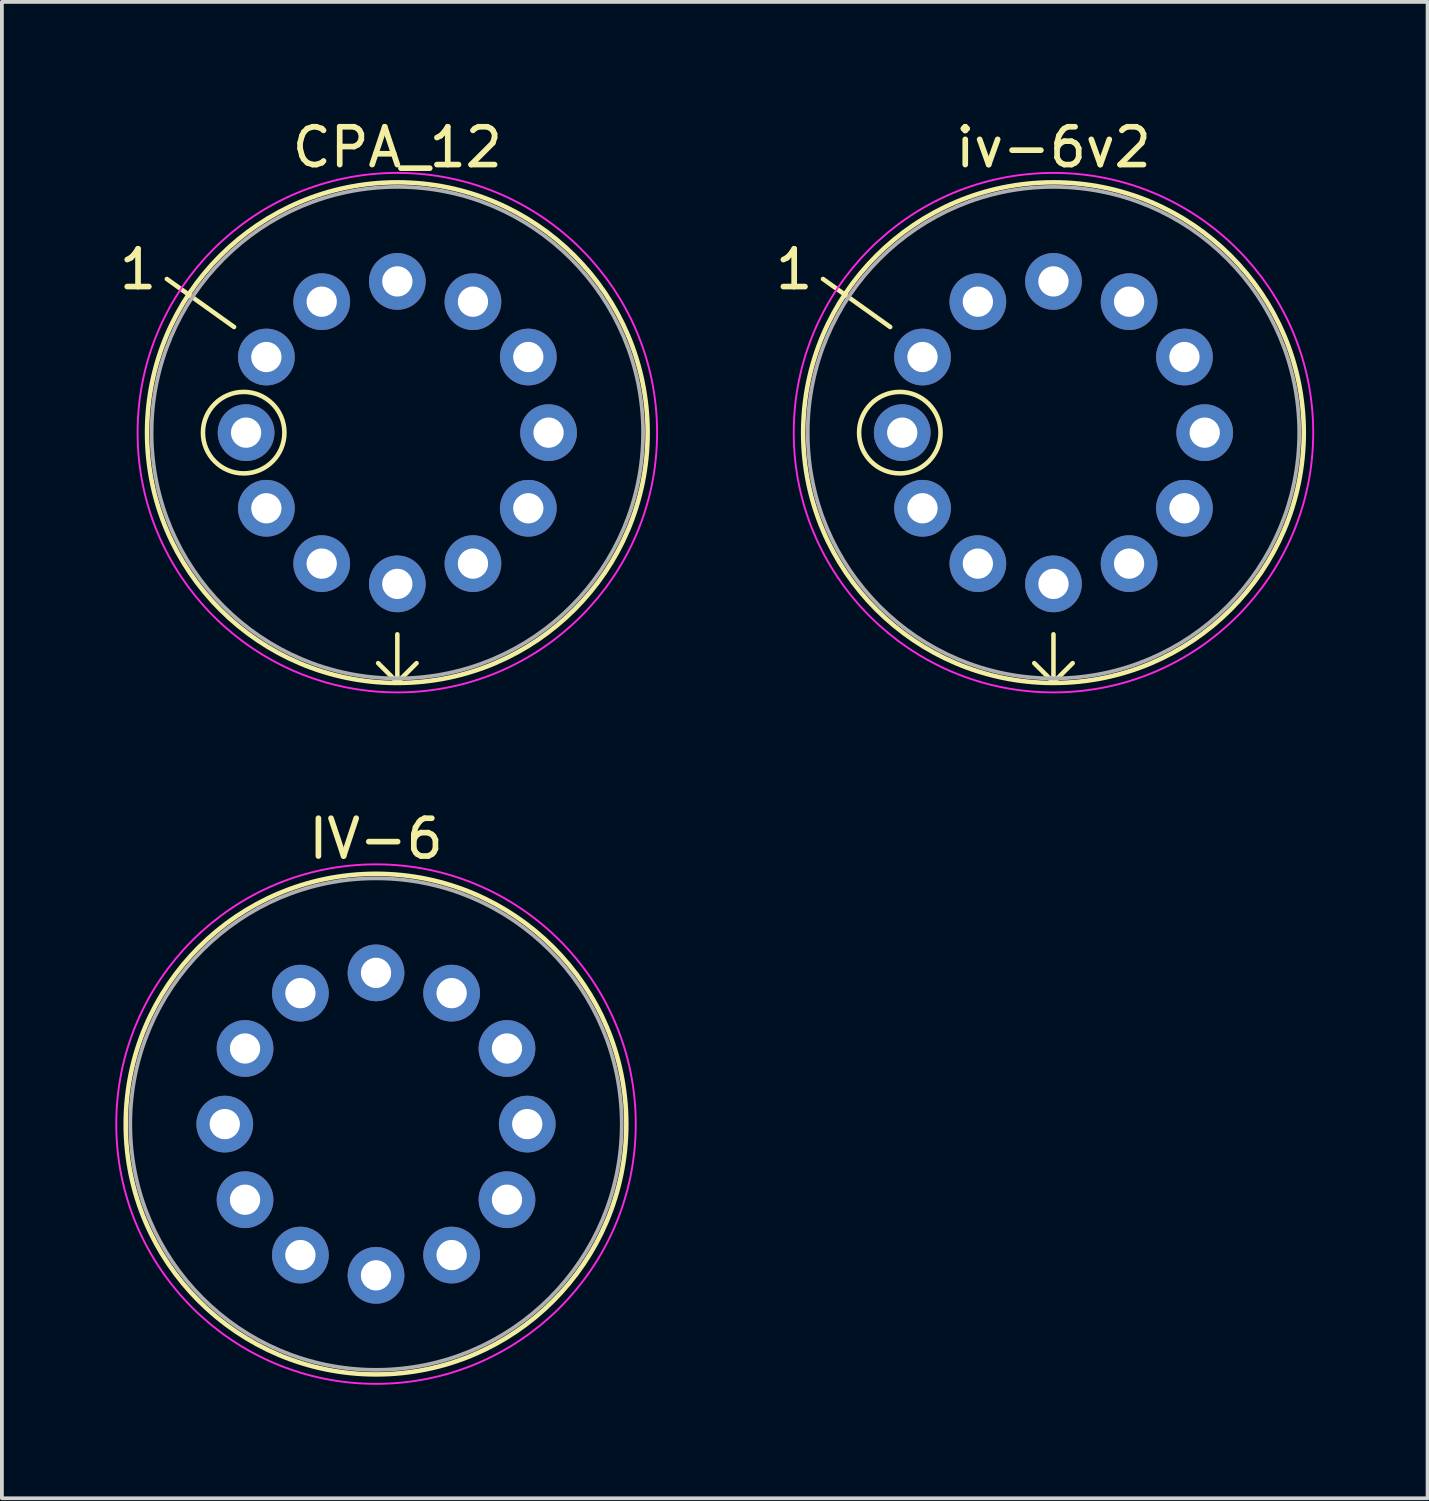
<source format=kicad_pcb>
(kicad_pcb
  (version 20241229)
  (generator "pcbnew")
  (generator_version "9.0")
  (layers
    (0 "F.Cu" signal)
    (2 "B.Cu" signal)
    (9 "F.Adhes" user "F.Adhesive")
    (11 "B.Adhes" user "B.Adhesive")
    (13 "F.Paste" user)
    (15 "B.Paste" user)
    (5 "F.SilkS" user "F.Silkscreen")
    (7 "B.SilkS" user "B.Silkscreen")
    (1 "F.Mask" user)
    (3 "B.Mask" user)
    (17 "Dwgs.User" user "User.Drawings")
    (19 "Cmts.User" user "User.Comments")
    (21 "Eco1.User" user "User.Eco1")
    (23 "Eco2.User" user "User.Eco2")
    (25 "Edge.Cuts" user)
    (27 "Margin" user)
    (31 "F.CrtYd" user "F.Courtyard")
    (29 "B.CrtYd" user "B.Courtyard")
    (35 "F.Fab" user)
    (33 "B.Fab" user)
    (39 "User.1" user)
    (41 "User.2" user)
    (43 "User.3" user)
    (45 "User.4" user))
  (footprint "iv-6v2"
    (layer "F.Cu")
    (at 24.813 8.393)
    (property "Reference" "iv-6v2" (at 0 -7.545 0) (layer "F.SilkS") (effects (font (size 1 1) (thickness 0.15))))
    (attr through_hole)
    (fp_line (start -6.096 -4.064) (end -4.318 -2.794) (stroke (width 0.12) (type solid)) (layer "F.SilkS"))
    (fp_line (start 0 5.334) (end 0 6.604) (stroke (width 0.12) (type solid)) (layer "F.SilkS"))
    (fp_line (start 0 6.604) (end -0.508 6.096) (stroke (width 0.12) (type solid)) (layer "F.SilkS"))
    (fp_line (start 0 6.604) (end 0.508 6.096) (stroke (width 0.12) (type solid)) (layer "F.SilkS"))
    (fp_circle (center -4.064 0) (end -3.302 0.762) (stroke (width 0.12) (type solid)) (fill no) (layer "F.SilkS"))
    (fp_circle (center 0 0) (end 0 6.62) (stroke (width 0.12) (type solid)) (fill no) (layer "F.SilkS"))
    (fp_circle (center 0 0) (end 0 6.87) (stroke (width 0.05) (type solid)) (fill no) (layer "F.CrtYd"))
    (fp_circle (center 0 0) (end 0 6.5) (stroke (width 0.1) (type solid)) (fill no) (layer "F.Fab"))
    (fp_text user "1" (at -6.858 -4.318 0) (layer "F.SilkS") (effects (font (size 1 1) (thickness 0.15))))
    (pad "1" thru_hole oval (at -3.464 -2 150) (size 1.5 1.5) (drill 0.8) (layers "*.Cu" "*.Mask"))
    (pad "2" thru_hole oval (at -2 -3.464 120) (size 1.5 1.5) (drill 0.8) (layers "*.Cu" "*.Mask"))
    (pad "3" thru_hole oval (at 0 -4 90) (size 1.5 1.5) (drill 0.8) (layers "*.Cu" "*.Mask"))
    (pad "4" thru_hole oval (at 2 -3.464 60) (size 1.5 1.5) (drill 0.8) (layers "*.Cu" "*.Mask"))
    (pad "5" thru_hole oval (at 3.464 -2 30) (size 1.5 1.5) (drill 0.8) (layers "*.Cu" "*.Mask"))
    (pad "6" thru_hole oval (at 4 0) (size 1.5 1.5) (drill 0.8) (layers "*.Cu" "*.Mask"))
    (pad "7" thru_hole oval (at 3.464 2 330) (size 1.5 1.5) (drill 0.8) (layers "*.Cu" "*.Mask"))
    (pad "8" thru_hole oval (at 2 3.464 300) (size 1.5 1.5) (drill 0.8) (layers "*.Cu" "*.Mask"))
    (pad "9" thru_hole oval (at 0 4 270) (size 1.5 1.5) (drill 0.8) (layers "*.Cu" "*.Mask"))
    (pad "10" thru_hole oval (at -2 3.464 240) (size 1.5 1.5) (drill 0.8) (layers "*.Cu" "*.Mask"))
    (pad "11" thru_hole oval (at -3.464 2 210) (size 1.5 1.5) (drill 0.8) (layers "*.Cu" "*.Mask"))
    (pad "12" thru_hole oval (at -4 0 180) (size 1.5 1.5) (drill 0.8) (layers "*.Cu" "*.Mask")))
  (footprint "IV-6"
    (layer "F.Cu")
    (at 6.895 26.681)
    (property "Reference" "IV-6" (at 0 -7.545 0) (layer "F.SilkS") (effects (font (size 1 1) (thickness 0.15))))
    (attr through_hole)
    (fp_circle (center 0 0) (end 0 6.62) (stroke (width 0.12) (type solid)) (fill no) (layer "F.SilkS"))
    (fp_circle (center 0 0) (end 0 6.87) (stroke (width 0.05) (type solid)) (fill no) (layer "F.CrtYd"))
    (fp_circle (center 0 0) (end 0 6.5) (stroke (width 0.1) (type solid)) (fill no) (layer "F.Fab"))
    (pad "1" thru_hole oval (at 0 -4) (size 1.5 1.5) (drill 0.8) (layers "*.Cu" "*.Mask"))
    (pad "2" thru_hole oval (at 2 -3.464) (size 1.5 1.5) (drill 0.8) (layers "*.Cu" "*.Mask"))
    (pad "3" thru_hole oval (at 3.464 -2) (size 1.5 1.5) (drill 0.8) (layers "*.Cu" "*.Mask"))
    (pad "4" thru_hole oval (at 4 0) (size 1.5 1.5) (drill 0.8) (layers "*.Cu" "*.Mask"))
    (pad "5" thru_hole oval (at 3.464 2) (size 1.5 1.5) (drill 0.8) (layers "*.Cu" "*.Mask"))
    (pad "6" thru_hole oval (at 2 3.464) (size 1.5 1.5) (drill 0.8) (layers "*.Cu" "*.Mask"))
    (pad "7" thru_hole oval (at 0 4) (size 1.5 1.5) (drill 0.8) (layers "*.Cu" "*.Mask"))
    (pad "8" thru_hole oval (at -2 3.464) (size 1.5 1.5) (drill 0.8) (layers "*.Cu" "*.Mask"))
    (pad "9" thru_hole oval (at -3.464 2) (size 1.5 1.5) (drill 0.8) (layers "*.Cu" "*.Mask"))
    (pad "10" thru_hole oval (at -4 0) (size 1.5 1.5) (drill 0.8) (layers "*.Cu" "*.Mask"))
    (pad "11" thru_hole oval (at -3.464 -2) (size 1.5 1.5) (drill 0.8) (layers "*.Cu" "*.Mask"))
    (pad "12" thru_hole oval (at -2 -3.464) (size 1.5 1.5) (drill 0.8) (layers "*.Cu" "*.Mask")))
  (footprint "CPA_12"
    (layer "F.Cu")
    (at 7.459 8.393)
    (property "Reference" "CPA_12" (at 0 -7.545 0) (layer "F.SilkS") (effects (font (size 1 1) (thickness 0.15))))
    (attr through_hole)
    (fp_line (start -6.096 -4.064) (end -4.318 -2.794) (stroke (width 0.12) (type solid)) (layer "F.SilkS"))
    (fp_line (start 0 5.334) (end 0 6.604) (stroke (width 0.12) (type solid)) (layer "F.SilkS"))
    (fp_line (start 0 6.604) (end -0.508 6.096) (stroke (width 0.12) (type solid)) (layer "F.SilkS"))
    (fp_line (start 0 6.604) (end 0.508 6.096) (stroke (width 0.12) (type solid)) (layer "F.SilkS"))
    (fp_circle (center -4.064 0) (end -3.302 0.762) (stroke (width 0.12) (type solid)) (fill no) (layer "F.SilkS"))
    (fp_circle (center 0 0) (end 0 6.62) (stroke (width 0.12) (type solid)) (fill no) (layer "F.SilkS"))
    (fp_circle (center 0 0) (end 0 6.87) (stroke (width 0.05) (type solid)) (fill no) (layer "F.CrtYd"))
    (fp_circle (center 0 0) (end 0 6.5) (stroke (width 0.1) (type solid)) (fill no) (layer "F.Fab"))
    (fp_text user "1" (at -6.858 -4.318 0) (layer "F.SilkS") (effects (font (size 1 1) (thickness 0.15))))
    (pad "1" thru_hole oval (at -3.464 -2 150) (size 1.5 1.5) (drill 0.8) (layers "*.Cu" "*.Mask"))
    (pad "2" thru_hole oval (at -2 -3.464 120) (size 1.5 1.5) (drill 0.8) (layers "*.Cu" "*.Mask"))
    (pad "3" thru_hole oval (at 0 -4 90) (size 1.5 1.5) (drill 0.8) (layers "*.Cu" "*.Mask"))
    (pad "4" thru_hole oval (at 2 -3.464 60) (size 1.5 1.5) (drill 0.8) (layers "*.Cu" "*.Mask"))
    (pad "5" thru_hole oval (at 3.464 -2 30) (size 1.5 1.5) (drill 0.8) (layers "*.Cu" "*.Mask"))
    (pad "6" thru_hole oval (at 4 0) (size 1.5 1.5) (drill 0.8) (layers "*.Cu" "*.Mask"))
    (pad "7" thru_hole oval (at 3.464 2 330) (size 1.5 1.5) (drill 0.8) (layers "*.Cu" "*.Mask"))
    (pad "8" thru_hole oval (at 2 3.464 300) (size 1.5 1.5) (drill 0.8) (layers "*.Cu" "*.Mask"))
    (pad "9" thru_hole oval (at 0 4 270) (size 1.5 1.5) (drill 0.8) (layers "*.Cu" "*.Mask"))
    (pad "10" thru_hole oval (at -2 3.464 240) (size 1.5 1.5) (drill 0.8) (layers "*.Cu" "*.Mask"))
    (pad "11" thru_hole oval (at -3.464 2 210) (size 1.5 1.5) (drill 0.8) (layers "*.Cu" "*.Mask"))
    (pad "12" thru_hole oval (at -4 0 180) (size 1.5 1.5) (drill 0.8) (layers "*.Cu" "*.Mask")))
  (gr_rect
    (start -3 -3)
    (end 34.708 36.577)
    (stroke (width 0.1) (type default))
    (fill no)
    (layer "Edge.Cuts")))
</source>
